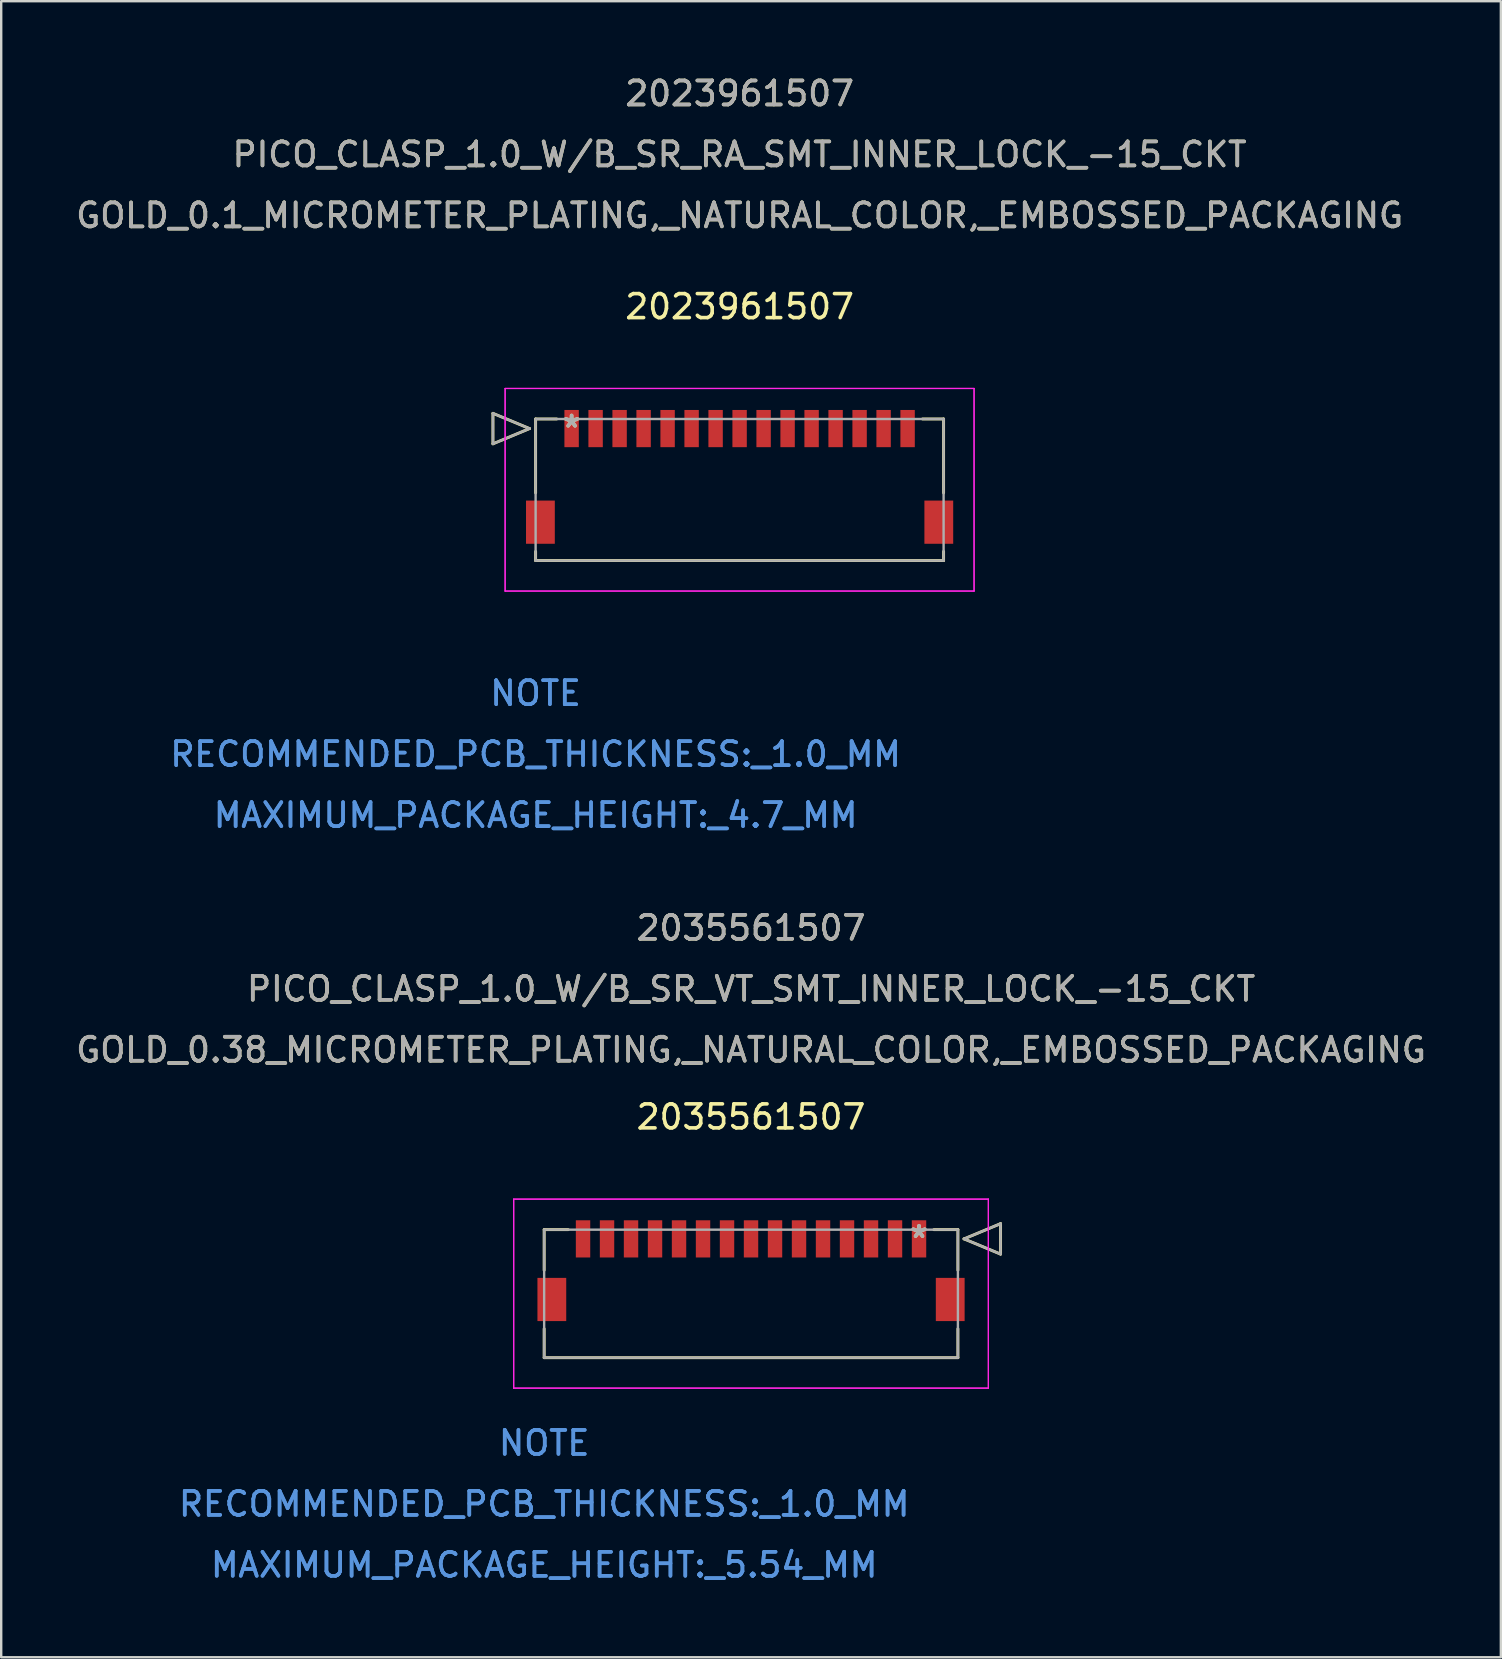
<source format=kicad_pcb>
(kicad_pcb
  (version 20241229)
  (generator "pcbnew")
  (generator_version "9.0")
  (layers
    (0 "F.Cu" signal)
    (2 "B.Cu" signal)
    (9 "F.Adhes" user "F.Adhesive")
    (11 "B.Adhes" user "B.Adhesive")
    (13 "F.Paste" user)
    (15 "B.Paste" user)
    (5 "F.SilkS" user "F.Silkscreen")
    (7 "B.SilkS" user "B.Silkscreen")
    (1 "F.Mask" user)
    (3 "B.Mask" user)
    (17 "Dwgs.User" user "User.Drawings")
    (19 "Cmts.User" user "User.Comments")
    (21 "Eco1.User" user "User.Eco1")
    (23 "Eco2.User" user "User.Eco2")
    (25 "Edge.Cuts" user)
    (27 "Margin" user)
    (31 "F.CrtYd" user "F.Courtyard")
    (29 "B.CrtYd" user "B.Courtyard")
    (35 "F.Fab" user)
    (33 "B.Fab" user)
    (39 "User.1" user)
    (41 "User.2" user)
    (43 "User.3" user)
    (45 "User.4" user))
  (footprint "2023961507"
    (layer "F.Cu")
    (at 20.768 14.808)
    (property "Reference" "2023961507" (at 7 -5.08 0) (layer "F.SilkS") (effects (font (size 1 1) (thickness 0.15))))
    (attr through_hole)
    (fp_line (start -3.278 -0.635) (end -3.278 0.635) (stroke (width 0.12) (type solid)) (layer "F.SilkS"))
    (fp_line (start -3.278 0.635) (end -1.754 0) (stroke (width 0.12) (type solid)) (layer "F.SilkS"))
    (fp_line (start -1.754 0) (end -3.278 -0.635) (stroke (width 0.12) (type solid)) (layer "F.SilkS"))
    (fp_line (start -1.5 -0.4) (end -1.5 2.68) (stroke (width 0.12) (type solid)) (layer "F.SilkS"))
    (fp_line (start -1.5 5.12) (end -1.5 5.5) (stroke (width 0.12) (type solid)) (layer "F.SilkS"))
    (fp_line (start -1.5 5.5) (end 15.5 5.5) (stroke (width 0.12) (type solid)) (layer "F.SilkS"))
    (fp_line (start -0.62 -0.4) (end -1.5 -0.4) (stroke (width 0.12) (type solid)) (layer "F.SilkS"))
    (fp_line (start 15.5 -0.4) (end 14.62 -0.4) (stroke (width 0.12) (type solid)) (layer "F.SilkS"))
    (fp_line (start 15.5 2.68) (end 15.5 -0.4) (stroke (width 0.12) (type solid)) (layer "F.SilkS"))
    (fp_line (start 15.5 5.5) (end 15.5 5.12) (stroke (width 0.12) (type solid)) (layer "F.SilkS"))
    (fp_line (start -2.77 -1.67) (end -2.77 6.77) (stroke (width 0.05) (type solid)) (layer "F.CrtYd"))
    (fp_line (start -2.77 -1.67) (end -2.77 6.77) (stroke (width 0.05) (type solid)) (layer "F.CrtYd"))
    (fp_line (start -2.77 6.77) (end 16.77 6.77) (stroke (width 0.05) (type solid)) (layer "F.CrtYd"))
    (fp_line (start -2.77 6.77) (end 16.77 6.77) (stroke (width 0.05) (type solid)) (layer "F.CrtYd"))
    (fp_line (start 16.77 -1.67) (end -2.77 -1.67) (stroke (width 0.05) (type solid)) (layer "F.CrtYd"))
    (fp_line (start 16.77 -1.67) (end -2.77 -1.67) (stroke (width 0.05) (type solid)) (layer "F.CrtYd"))
    (fp_line (start 16.77 6.77) (end 16.77 -1.67) (stroke (width 0.05) (type solid)) (layer "F.CrtYd"))
    (fp_line (start 16.77 6.77) (end 16.77 -1.67) (stroke (width 0.05) (type solid)) (layer "F.CrtYd"))
    (fp_line (start -3.278 -0.635) (end -3.278 0.635) (stroke (width 0.1) (type solid)) (layer "F.Fab"))
    (fp_line (start -3.278 0.635) (end -1.754 0) (stroke (width 0.1) (type solid)) (layer "F.Fab"))
    (fp_line (start -1.754 0) (end -3.278 -0.635) (stroke (width 0.1) (type solid)) (layer "F.Fab"))
    (fp_line (start -1.5 -0.4) (end -1.5 5.5) (stroke (width 0.1) (type solid)) (layer "F.Fab"))
    (fp_line (start -1.5 5.5) (end 15.5 5.5) (stroke (width 0.1) (type solid)) (layer "F.Fab"))
    (fp_line (start 15.5 -0.4) (end -1.5 -0.4) (stroke (width 0.1) (type solid)) (layer "F.Fab"))
    (fp_line (start 15.5 5.5) (end 15.5 -0.4) (stroke (width 0.1) (type solid)) (layer "F.Fab"))
    (fp_text user "*" (at 0 0 0) (layer "F.SilkS") (effects (font (size 1 1) (thickness 0.15))))
    (fp_text user "PICO_CLASP_1.0_W/B_SR_RA_SMT_INNER_LOCK_-15_CKT" (at 7 -11.42 0) (layer "F.SilkS") (effects (font (size 1 1) (thickness 0.15))))
    (fp_text user "2023961507" (at 7 -13.96 0) (layer "F.SilkS") (effects (font (size 1 1) (thickness 0.15))))
    (fp_text user "GOLD_0.1_MICROMETER_PLATING,_NATURAL_COLOR,_EMBOSSED_PACKAGING" (at 7 -8.88 0) (layer "F.SilkS") (effects (font (size 1 1) (thickness 0.15))))
    (fp_text user "Copyright 2021 Accelerated Designs. All rights reserved." (at 0 0 0) (layer "Cmts.User") (effects (font (size 0.127 0.127) (thickness 0.002))))
    (fp_text user "MAXIMUM_PACKAGE_HEIGHT:_4.7_MM" (at -1.5 16.11 0) (layer "Cmts.User") (effects (font (size 1 1) (thickness 0.15))))
    (fp_text user "RECOMMENDED_PCB_THICKNESS:_1.0_MM" (at -1.5 13.57 0) (layer "Cmts.User") (effects (font (size 1 1) (thickness 0.15))))
    (fp_text user "MAXIMUM_PACKAGE_HEIGHT:_4.7_MM" (at -1.5 16.11 0) (layer "Cmts.User") (effects (font (size 1 1) (thickness 0.15))))
    (fp_text user "RECOMMENDED_PCB_THICKNESS:_1.0_MM" (at -1.5 13.57 0) (layer "Cmts.User") (effects (font (size 1 1) (thickness 0.15))))
    (fp_text user "NOTE" (at -1.5 11.03 0) (layer "Cmts.User") (effects (font (size 1 1) (thickness 0.15))))
    (fp_text user "NOTE" (at -1.5 11.03 0) (layer "Cmts.User") (effects (font (size 1 1) (thickness 0.15))))
    (fp_text user "2023961507" (at 7 -13.96 0) (layer "F.Fab") (effects (font (size 1 1) (thickness 0.15))))
    (fp_text user "*" (at 0 0 0) (layer "F.Fab") (effects (font (size 1 1) (thickness 0.15))))
    (fp_text user "GOLD_0.1_MICROMETER_PLATING,_NATURAL_COLOR,_EMBOSSED_PACKAGING" (at 7 -8.88 0) (layer "F.Fab") (effects (font (size 1 1) (thickness 0.15))))
    (fp_text user "PICO_CLASP_1.0_W/B_SR_RA_SMT_INNER_LOCK_-15_CKT" (at 7 -11.42 0) (layer "F.Fab") (effects (font (size 1 1) (thickness 0.15))))
    (pad "1" smd rect (at 0 0) (size 0.6 1.55) (layers "F.Cu" "F.Mask" "F.Paste"))
    (pad "2" smd rect (at 1 0) (size 0.6 1.55) (layers "F.Cu" "F.Mask" "F.Paste"))
    (pad "3" smd rect (at 2 0) (size 0.6 1.55) (layers "F.Cu" "F.Mask" "F.Paste"))
    (pad "4" smd rect (at 3 0) (size 0.6 1.55) (layers "F.Cu" "F.Mask" "F.Paste"))
    (pad "5" smd rect (at 4 0) (size 0.6 1.55) (layers "F.Cu" "F.Mask" "F.Paste"))
    (pad "6" smd rect (at 5 0) (size 0.6 1.55) (layers "F.Cu" "F.Mask" "F.Paste"))
    (pad "7" smd rect (at 6 0) (size 0.6 1.55) (layers "F.Cu" "F.Mask" "F.Paste"))
    (pad "8" smd rect (at 7 0) (size 0.6 1.55) (layers "F.Cu" "F.Mask" "F.Paste"))
    (pad "9" smd rect (at 8 0) (size 0.6 1.55) (layers "F.Cu" "F.Mask" "F.Paste"))
    (pad "10" smd rect (at 9 0) (size 0.6 1.55) (layers "F.Cu" "F.Mask" "F.Paste"))
    (pad "11" smd rect (at 10 0) (size 0.6 1.55) (layers "F.Cu" "F.Mask" "F.Paste"))
    (pad "12" smd rect (at 11 0) (size 0.6 1.55) (layers "F.Cu" "F.Mask" "F.Paste"))
    (pad "13" smd rect (at 12 0) (size 0.6 1.55) (layers "F.Cu" "F.Mask" "F.Paste"))
    (pad "14" smd rect (at 13 0) (size 0.6 1.55) (layers "F.Cu" "F.Mask" "F.Paste"))
    (pad "15" smd rect (at 14 0) (size 0.6 1.55) (layers "F.Cu" "F.Mask" "F.Paste"))
    (pad "16" smd rect (at -1.3 3.9) (size 1.2 1.8) (layers "F.Cu" "F.Mask" "F.Paste"))
    (pad "17" smd rect (at 15.3 3.9) (size 1.2 1.8) (layers "F.Cu" "F.Mask" "F.Paste")))
  (footprint "2035561507"
    (layer "F.Cu")
    (at 35.244 48.572)
    (property "Reference" "2035561507" (at -7 -5.08 0) (layer "F.SilkS") (effects (font (size 1 1) (thickness 0.15))))
    (attr through_hole)
    (fp_line (start -15.62 -0.385) (end -15.62 1.305) (stroke (width 0.12) (type solid)) (layer "F.SilkS"))
    (fp_line (start -15.62 3.745) (end -15.62 4.95) (stroke (width 0.12) (type solid)) (layer "F.SilkS"))
    (fp_line (start -15.62 4.95) (end 1.62 4.95) (stroke (width 0.12) (type solid)) (layer "F.SilkS"))
    (fp_line (start -14.62 -0.385) (end -15.62 -0.385) (stroke (width 0.12) (type solid)) (layer "F.SilkS"))
    (fp_line (start 1.62 -0.385) (end 0.62 -0.385) (stroke (width 0.12) (type solid)) (layer "F.SilkS"))
    (fp_line (start 1.62 1.305) (end 1.62 -0.385) (stroke (width 0.12) (type solid)) (layer "F.SilkS"))
    (fp_line (start 1.62 4.95) (end 1.62 3.745) (stroke (width 0.12) (type solid)) (layer "F.SilkS"))
    (fp_line (start 1.874 0) (end 3.398 -0.635) (stroke (width 0.12) (type solid)) (layer "F.SilkS"))
    (fp_line (start 3.398 -0.635) (end 3.398 0.635) (stroke (width 0.12) (type solid)) (layer "F.SilkS"))
    (fp_line (start 3.398 0.635) (end 1.874 0) (stroke (width 0.12) (type solid)) (layer "F.SilkS"))
    (fp_line (start -16.89 -1.655) (end -16.89 6.22) (stroke (width 0.05) (type solid)) (layer "F.CrtYd"))
    (fp_line (start -16.89 -1.655) (end -16.89 6.22) (stroke (width 0.05) (type solid)) (layer "F.CrtYd"))
    (fp_line (start -16.89 6.22) (end 2.89 6.22) (stroke (width 0.05) (type solid)) (layer "F.CrtYd"))
    (fp_line (start -16.89 6.22) (end 2.89 6.22) (stroke (width 0.05) (type solid)) (layer "F.CrtYd"))
    (fp_line (start 2.89 -1.655) (end -16.89 -1.655) (stroke (width 0.05) (type solid)) (layer "F.CrtYd"))
    (fp_line (start 2.89 -1.655) (end -16.89 -1.655) (stroke (width 0.05) (type solid)) (layer "F.CrtYd"))
    (fp_line (start 2.89 6.22) (end 2.89 -1.655) (stroke (width 0.05) (type solid)) (layer "F.CrtYd"))
    (fp_line (start 2.89 6.22) (end 2.89 -1.655) (stroke (width 0.05) (type solid)) (layer "F.CrtYd"))
    (fp_line (start -15.62 -0.385) (end -15.62 4.95) (stroke (width 0.1) (type solid)) (layer "F.Fab"))
    (fp_line (start -15.62 4.95) (end 1.62 4.95) (stroke (width 0.1) (type solid)) (layer "F.Fab"))
    (fp_line (start 1.62 -0.385) (end -15.62 -0.385) (stroke (width 0.1) (type solid)) (layer "F.Fab"))
    (fp_line (start 1.62 4.95) (end 1.62 -0.385) (stroke (width 0.1) (type solid)) (layer "F.Fab"))
    (fp_line (start 1.874 0) (end 3.398 -0.635) (stroke (width 0.1) (type solid)) (layer "F.Fab"))
    (fp_line (start 3.398 -0.635) (end 3.398 0.635) (stroke (width 0.1) (type solid)) (layer "F.Fab"))
    (fp_line (start 3.398 0.635) (end 1.874 0) (stroke (width 0.1) (type solid)) (layer "F.Fab"))
    (fp_text user "GOLD_0.38_MICROMETER_PLATING,_NATURAL_COLOR,_EMBOSSED_PACKAGING" (at -7 -7.878 0) (layer "F.SilkS") (effects (font (size 1 1) (thickness 0.15))))
    (fp_text user "*" (at 0 0 0) (layer "F.SilkS") (effects (font (size 1 1) (thickness 0.15))))
    (fp_text user "2035561507" (at -7 -12.958 0) (layer "F.SilkS") (effects (font (size 1 1) (thickness 0.15))))
    (fp_text user "PICO_CLASP_1.0_W/B_SR_VT_SMT_INNER_LOCK_-15_CKT" (at -7 -10.418 0) (layer "F.SilkS") (effects (font (size 1 1) (thickness 0.15))))
    (fp_text user "MAXIMUM_PACKAGE_HEIGHT:_5.54_MM" (at -15.62 13.585 0) (layer "Cmts.User") (effects (font (size 1 1) (thickness 0.15))))
    (fp_text user "MAXIMUM_PACKAGE_HEIGHT:_5.54_MM" (at -15.62 13.585 0) (layer "Cmts.User") (effects (font (size 1 1) (thickness 0.15))))
    (fp_text user "NOTE" (at -15.62 8.505 0) (layer "Cmts.User") (effects (font (size 1 1) (thickness 0.15))))
    (fp_text user "NOTE" (at -15.62 8.505 0) (layer "Cmts.User") (effects (font (size 1 1) (thickness 0.15))))
    (fp_text user "Copyright 2021 Accelerated Designs. All rights reserved." (at 0 0 0) (layer "Cmts.User") (effects (font (size 0.127 0.127) (thickness 0.002))))
    (fp_text user "RECOMMENDED_PCB_THICKNESS:_1.0_MM" (at -15.62 11.045 0) (layer "Cmts.User") (effects (font (size 1 1) (thickness 0.15))))
    (fp_text user "RECOMMENDED_PCB_THICKNESS:_1.0_MM" (at -15.62 11.045 0) (layer "Cmts.User") (effects (font (size 1 1) (thickness 0.15))))
    (fp_text user "2035561507" (at -7 -12.958 0) (layer "F.Fab") (effects (font (size 1 1) (thickness 0.15))))
    (fp_text user "PICO_CLASP_1.0_W/B_SR_VT_SMT_INNER_LOCK_-15_CKT" (at -7 -10.418 0) (layer "F.Fab") (effects (font (size 1 1) (thickness 0.15))))
    (fp_text user "GOLD_0.38_MICROMETER_PLATING,_NATURAL_COLOR,_EMBOSSED_PACKAGING" (at -7 -7.878 0) (layer "F.Fab") (effects (font (size 1 1) (thickness 0.15))))
    (fp_text user "*" (at 0 0 0) (layer "F.Fab") (effects (font (size 1 1) (thickness 0.15))))
    (pad "1" smd rect (at 0 0) (size 0.6 1.55) (layers "F.Cu" "F.Mask" "F.Paste"))
    (pad "2" smd rect (at -1 0) (size 0.6 1.55) (layers "F.Cu" "F.Mask" "F.Paste"))
    (pad "3" smd rect (at -2 0) (size 0.6 1.55) (layers "F.Cu" "F.Mask" "F.Paste"))
    (pad "4" smd rect (at -3 0) (size 0.6 1.55) (layers "F.Cu" "F.Mask" "F.Paste"))
    (pad "5" smd rect (at -4 0) (size 0.6 1.55) (layers "F.Cu" "F.Mask" "F.Paste"))
    (pad "6" smd rect (at -5 0) (size 0.6 1.55) (layers "F.Cu" "F.Mask" "F.Paste"))
    (pad "7" smd rect (at -6 0) (size 0.6 1.55) (layers "F.Cu" "F.Mask" "F.Paste"))
    (pad "8" smd rect (at -7 0) (size 0.6 1.55) (layers "F.Cu" "F.Mask" "F.Paste"))
    (pad "9" smd rect (at -8 0) (size 0.6 1.55) (layers "F.Cu" "F.Mask" "F.Paste"))
    (pad "10" smd rect (at -9 0) (size 0.6 1.55) (layers "F.Cu" "F.Mask" "F.Paste"))
    (pad "11" smd rect (at -10 0) (size 0.6 1.55) (layers "F.Cu" "F.Mask" "F.Paste"))
    (pad "12" smd rect (at -11 0) (size 0.6 1.55) (layers "F.Cu" "F.Mask" "F.Paste"))
    (pad "13" smd rect (at -12 0) (size 0.6 1.55) (layers "F.Cu" "F.Mask" "F.Paste"))
    (pad "14" smd rect (at -13 0) (size 0.6 1.55) (layers "F.Cu" "F.Mask" "F.Paste"))
    (pad "15" smd rect (at -14 0) (size 0.6 1.55) (layers "F.Cu" "F.Mask" "F.Paste"))
    (pad "16" smd rect (at 1.3 2.525) (size 1.2 1.8) (layers "F.Cu" "F.Mask" "F.Paste"))
    (pad "17" smd rect (at -15.3 2.525) (size 1.2 1.8) (layers "F.Cu" "F.Mask" "F.Paste")))
  (gr_rect
    (start -3 -3)
    (end 59.488 66.006)
    (stroke (width 0.1) (type default))
    (fill no)
    (layer "Edge.Cuts")))
</source>
